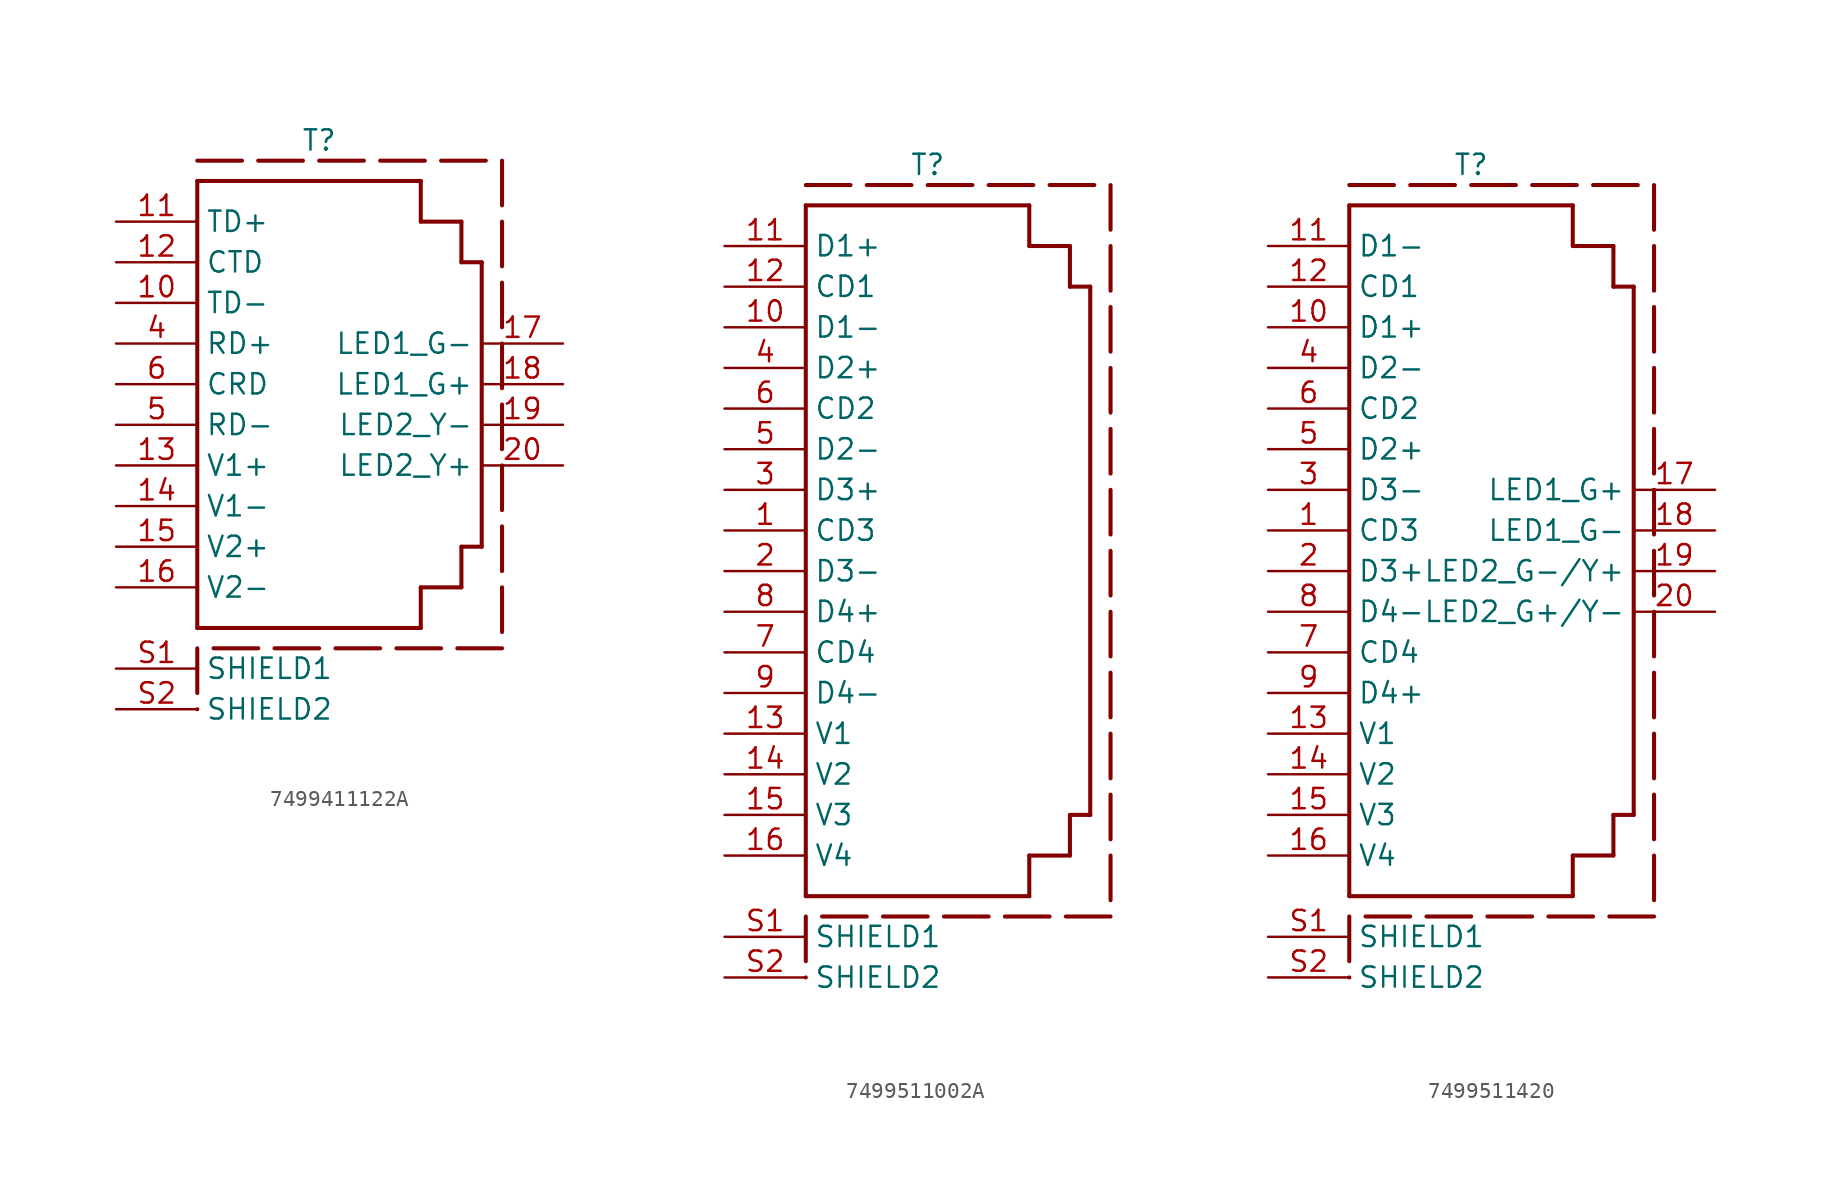
<source format=kicad_sym>
(kicad_symbol_lib
  (version 20220914)
  (generator kicad_symbol_editor)
  (symbol "7499411122A"
    (property "Reference" "T"
      (at 0 17.78 0)
      (effects (font (size 1.27 1.27))))
    (property "Critical Parameter" ""
      (at 0 -5.08 0)
      (effects (font (size 1.27 1.27)) (justify left)))
    (symbol "7499411122A_0_0"
      (polyline (pts (xy -7.62 -12.7) (xy -7.62 15.24)) (stroke (width 0.254) (type default)) (fill (type none)))
      (polyline (pts (xy -7.62 15.24) (xy 6.35 15.24)) (stroke (width 0.254) (type default)) (fill (type none)))
      (polyline (pts (xy 6.35 -12.7) (xy -7.62 -12.7)) (stroke (width 0.254) (type default)) (fill (type none)))
      (polyline (pts (xy 6.35 -12.7) (xy 6.35 -10.16)) (stroke (width 0.254) (type default)) (fill (type none)))
      (polyline (pts (xy 6.35 -10.16) (xy 8.89 -10.16)) (stroke (width 0.254) (type default)) (fill (type none)))
      (polyline (pts (xy 6.35 12.7) (xy 8.89 12.7)) (stroke (width 0.254) (type default)) (fill (type none)))
      (polyline (pts (xy 6.35 15.24) (xy 6.35 12.7)) (stroke (width 0.254) (type default)) (fill (type none)))
      (polyline (pts (xy 8.89 -10.16) (xy 8.89 -7.62)) (stroke (width 0.254) (type default)) (fill (type none)))
      (polyline (pts (xy 8.89 -7.62) (xy 10.16 -7.62)) (stroke (width 0.254) (type default)) (fill (type none)))
      (polyline (pts (xy 8.89 10.16) (xy 10.16 10.16)) (stroke (width 0.254) (type default)) (fill (type none)))
      (polyline (pts (xy 8.89 12.7) (xy 8.89 10.16)) (stroke (width 0.254) (type default)) (fill (type none)))
      (polyline (pts (xy 10.16 10.16) (xy 10.16 -7.62)) (stroke (width 0.254) (type default)) (fill (type none)))
      (pin passive line (at -12.7 7.62 0) (length 5.08) (name "TD-" (effects (font (size 1.27 1.27)))) (number "10" (effects (font (size 1.27 1.27)))))
      (pin passive line (at -12.7 12.7 0) (length 5.08) (name "TD+" (effects (font (size 1.27 1.27)))) (number "11" (effects (font (size 1.27 1.27)))))
      (pin passive line (at -12.7 10.16 0) (length 5.08) (name "CTD" (effects (font (size 1.27 1.27)))) (number "12" (effects (font (size 1.27 1.27)))))
      (pin passive line (at -12.7 -2.54 0) (length 5.08) (name "V1+" (effects (font (size 1.27 1.27)))) (number "13" (effects (font (size 1.27 1.27)))))
      (pin passive line (at -12.7 -5.08 0) (length 5.08) (name "V1-" (effects (font (size 1.27 1.27)))) (number "14" (effects (font (size 1.27 1.27)))))
      (pin passive line (at -12.7 -7.62 0) (length 5.08) (name "V2+" (effects (font (size 1.27 1.27)))) (number "15" (effects (font (size 1.27 1.27)))))
      (pin passive line (at -12.7 -10.16 0) (length 5.08) (name "V2-" (effects (font (size 1.27 1.27)))) (number "16" (effects (font (size 1.27 1.27)))))
      (pin passive line (at -12.7 5.08 0) (length 5.08) (name "RD+" (effects (font (size 1.27 1.27)))) (number "4" (effects (font (size 1.27 1.27)))))
      (pin passive line (at -12.7 0 0) (length 5.08) (name "RD-" (effects (font (size 1.27 1.27)))) (number "5" (effects (font (size 1.27 1.27)))))
      (pin passive line (at -12.7 2.54 0) (length 5.08) (name "CRD" (effects (font (size 1.27 1.27)))) (number "6" (effects (font (size 1.27 1.27)))))
      (pin passive line (at -12.7 -15.24 0) (length 5.08) (name "SHIELD1" (effects (font (size 1.27 1.27)))) (number "S1" (effects (font (size 1.27 1.27)))))
      (pin passive line (at -12.7 -17.78 0) (length 5.08) (name "SHIELD2" (effects (font (size 1.27 1.27)))) (number "S2" (effects (font (size 1.27 1.27))))))
    (symbol "7499411122A_1_0"
      (pin passive line (at 15.24 5.08 180) (length 5.08) (name "LED1_G-" (effects (font (size 1.27 1.27)))) (number "17" (effects (font (size 1.27 1.27)))))
      (pin passive line (at 15.24 2.54 180) (length 5.08) (name "LED1_G+" (effects (font (size 1.27 1.27)))) (number "18" (effects (font (size 1.27 1.27)))))
      (pin passive line (at 15.24 0 180) (length 5.08) (name "LED2_Y-" (effects (font (size 1.27 1.27)))) (number "19" (effects (font (size 1.27 1.27)))))
      (pin passive line (at 15.24 -2.54 180) (length 5.08) (name "LED2_Y+" (effects (font (size 1.27 1.27)))) (number "20" (effects (font (size 1.27 1.27))))))
    (symbol "7499411122A_1_1"
      (polyline (pts (xy -7.62 16.51) (xy 11.43 16.51) (xy 11.43 -13.97) (xy -7.62 -13.97) (xy -7.62 -17.78)) (stroke (width 0.254) (type dash)) (fill (type none)))))
  (symbol "7499511002A"
    (property "Reference" "T"
      (at 0 25.4 0)
      (effects (font (size 1.27 1.27))))
    (property "Critical Parameter" ""
      (at 0 -5.08 0)
      (effects (font (size 1.27 1.27)) (justify left)))
    (symbol "7499511002A_0_0"
      (polyline (pts (xy -7.62 -20.32) (xy -7.62 22.86)) (stroke (width 0.254) (type default)) (fill (type none)))
      (polyline (pts (xy -7.62 22.86) (xy 6.35 22.86)) (stroke (width 0.254) (type default)) (fill (type none)))
      (polyline (pts (xy 6.35 -20.32) (xy -7.62 -20.32)) (stroke (width 0.254) (type default)) (fill (type none)))
      (polyline (pts (xy 6.35 -20.32) (xy 6.35 -17.78)) (stroke (width 0.254) (type default)) (fill (type none)))
      (polyline (pts (xy 6.35 -17.78) (xy 8.89 -17.78)) (stroke (width 0.254) (type default)) (fill (type none)))
      (polyline (pts (xy 6.35 20.32) (xy 8.89 20.32)) (stroke (width 0.254) (type default)) (fill (type none)))
      (polyline (pts (xy 6.35 22.86) (xy 6.35 20.32)) (stroke (width 0.254) (type default)) (fill (type none)))
      (polyline (pts (xy 8.89 -17.78) (xy 8.89 -15.24)) (stroke (width 0.254) (type default)) (fill (type none)))
      (polyline (pts (xy 8.89 -15.24) (xy 10.16 -15.24)) (stroke (width 0.254) (type default)) (fill (type none)))
      (polyline (pts (xy 8.89 17.78) (xy 10.16 17.78)) (stroke (width 0.254) (type default)) (fill (type none)))
      (polyline (pts (xy 8.89 20.32) (xy 8.89 17.78)) (stroke (width 0.254) (type default)) (fill (type none)))
      (polyline (pts (xy 10.16 17.78) (xy 10.16 -15.24)) (stroke (width 0.254) (type default)) (fill (type none)))
      (pin passive line (at -12.7 2.54 0) (length 5.08) (name "CD3" (effects (font (size 1.27 1.27)))) (number "1" (effects (font (size 1.27 1.27)))))
      (pin passive line (at -12.7 15.24 0) (length 5.08) (name "D1-" (effects (font (size 1.27 1.27)))) (number "10" (effects (font (size 1.27 1.27)))))
      (pin passive line (at -12.7 20.32 0) (length 5.08) (name "D1+" (effects (font (size 1.27 1.27)))) (number "11" (effects (font (size 1.27 1.27)))))
      (pin passive line (at -12.7 17.78 0) (length 5.08) (name "CD1" (effects (font (size 1.27 1.27)))) (number "12" (effects (font (size 1.27 1.27)))))
      (pin passive line (at -12.7 -10.16 0) (length 5.08) (name "V1" (effects (font (size 1.27 1.27)))) (number "13" (effects (font (size 1.27 1.27)))))
      (pin passive line (at -12.7 -12.7 0) (length 5.08) (name "V2" (effects (font (size 1.27 1.27)))) (number "14" (effects (font (size 1.27 1.27)))))
      (pin passive line (at -12.7 -15.24 0) (length 5.08) (name "V3" (effects (font (size 1.27 1.27)))) (number "15" (effects (font (size 1.27 1.27)))))
      (pin passive line (at -12.7 -17.78 0) (length 5.08) (name "V4" (effects (font (size 1.27 1.27)))) (number "16" (effects (font (size 1.27 1.27)))))
      (pin passive line (at -12.7 0 0) (length 5.08) (name "D3-" (effects (font (size 1.27 1.27)))) (number "2" (effects (font (size 1.27 1.27)))))
      (pin passive line (at -12.7 5.08 0) (length 5.08) (name "D3+" (effects (font (size 1.27 1.27)))) (number "3" (effects (font (size 1.27 1.27)))))
      (pin passive line (at -12.7 12.7 0) (length 5.08) (name "D2+" (effects (font (size 1.27 1.27)))) (number "4" (effects (font (size 1.27 1.27)))))
      (pin passive line (at -12.7 7.62 0) (length 5.08) (name "D2-" (effects (font (size 1.27 1.27)))) (number "5" (effects (font (size 1.27 1.27)))))
      (pin passive line (at -12.7 10.16 0) (length 5.08) (name "CD2" (effects (font (size 1.27 1.27)))) (number "6" (effects (font (size 1.27 1.27)))))
      (pin passive line (at -12.7 -5.08 0) (length 5.08) (name "CD4" (effects (font (size 1.27 1.27)))) (number "7" (effects (font (size 1.27 1.27)))))
      (pin passive line (at -12.7 -2.54 0) (length 5.08) (name "D4+" (effects (font (size 1.27 1.27)))) (number "8" (effects (font (size 1.27 1.27)))))
      (pin passive line (at -12.7 -7.62 0) (length 5.08) (name "D4-" (effects (font (size 1.27 1.27)))) (number "9" (effects (font (size 1.27 1.27)))))
      (pin passive line (at -12.7 -22.86 0) (length 5.08) (name "SHIELD1" (effects (font (size 1.27 1.27)))) (number "S1" (effects (font (size 1.27 1.27)))))
      (pin passive line (at -12.7 -25.4 0) (length 5.08) (name "SHIELD2" (effects (font (size 1.27 1.27)))) (number "S2" (effects (font (size 1.27 1.27))))))
    (symbol "7499511002A_1_1"
      (polyline (pts (xy -7.62 24.13) (xy 11.43 24.13) (xy 11.43 -21.59) (xy -7.62 -21.59) (xy -7.62 -25.4)) (stroke (width 0.254) (type dash)) (fill (type none)))))
  (symbol "7499511420"
    (property "Reference" "T"
      (at 0 25.4 0)
      (effects (font (size 1.27 1.27))))
    (property "Critical Parameter" ""
      (at 0 -5.08 0)
      (effects (font (size 1.27 1.27)) (justify left)))
    (symbol "7499511420_0_0"
      (polyline (pts (xy -7.62 -20.32) (xy -7.62 22.86)) (stroke (width 0.254) (type default)) (fill (type none)))
      (polyline (pts (xy -7.62 22.86) (xy 6.35 22.86)) (stroke (width 0.254) (type default)) (fill (type none)))
      (polyline (pts (xy 6.35 -20.32) (xy -7.62 -20.32)) (stroke (width 0.254) (type default)) (fill (type none)))
      (polyline (pts (xy 6.35 -20.32) (xy 6.35 -17.78)) (stroke (width 0.254) (type default)) (fill (type none)))
      (polyline (pts (xy 6.35 -17.78) (xy 8.89 -17.78)) (stroke (width 0.254) (type default)) (fill (type none)))
      (polyline (pts (xy 6.35 20.32) (xy 8.89 20.32)) (stroke (width 0.254) (type default)) (fill (type none)))
      (polyline (pts (xy 6.35 22.86) (xy 6.35 20.32)) (stroke (width 0.254) (type default)) (fill (type none)))
      (polyline (pts (xy 8.89 -17.78) (xy 8.89 -15.24)) (stroke (width 0.254) (type default)) (fill (type none)))
      (polyline (pts (xy 8.89 -15.24) (xy 10.16 -15.24)) (stroke (width 0.254) (type default)) (fill (type none)))
      (polyline (pts (xy 8.89 17.78) (xy 10.16 17.78)) (stroke (width 0.254) (type default)) (fill (type none)))
      (polyline (pts (xy 8.89 20.32) (xy 8.89 17.78)) (stroke (width 0.254) (type default)) (fill (type none)))
      (polyline (pts (xy 10.16 17.78) (xy 10.16 -15.24)) (stroke (width 0.254) (type default)) (fill (type none)))
      (pin passive line (at -12.7 2.54 0) (length 5.08) (name "CD3" (effects (font (size 1.27 1.27)))) (number "1" (effects (font (size 1.27 1.27)))))
      (pin passive line (at -12.7 15.24 0) (length 5.08) (name "D1+" (effects (font (size 1.27 1.27)))) (number "10" (effects (font (size 1.27 1.27)))))
      (pin passive line (at -12.7 20.32 0) (length 5.08) (name "D1-" (effects (font (size 1.27 1.27)))) (number "11" (effects (font (size 1.27 1.27)))))
      (pin passive line (at -12.7 17.78 0) (length 5.08) (name "CD1" (effects (font (size 1.27 1.27)))) (number "12" (effects (font (size 1.27 1.27)))))
      (pin passive line (at -12.7 -10.16 0) (length 5.08) (name "V1" (effects (font (size 1.27 1.27)))) (number "13" (effects (font (size 1.27 1.27)))))
      (pin passive line (at -12.7 -12.7 0) (length 5.08) (name "V2" (effects (font (size 1.27 1.27)))) (number "14" (effects (font (size 1.27 1.27)))))
      (pin passive line (at -12.7 -15.24 0) (length 5.08) (name "V3" (effects (font (size 1.27 1.27)))) (number "15" (effects (font (size 1.27 1.27)))))
      (pin passive line (at -12.7 -17.78 0) (length 5.08) (name "V4" (effects (font (size 1.27 1.27)))) (number "16" (effects (font (size 1.27 1.27)))))
      (pin passive line (at -12.7 0 0) (length 5.08) (name "D3+" (effects (font (size 1.27 1.27)))) (number "2" (effects (font (size 1.27 1.27)))))
      (pin passive line (at -12.7 5.08 0) (length 5.08) (name "D3-" (effects (font (size 1.27 1.27)))) (number "3" (effects (font (size 1.27 1.27)))))
      (pin passive line (at -12.7 12.7 0) (length 5.08) (name "D2-" (effects (font (size 1.27 1.27)))) (number "4" (effects (font (size 1.27 1.27)))))
      (pin passive line (at -12.7 7.62 0) (length 5.08) (name "D2+" (effects (font (size 1.27 1.27)))) (number "5" (effects (font (size 1.27 1.27)))))
      (pin passive line (at -12.7 10.16 0) (length 5.08) (name "CD2" (effects (font (size 1.27 1.27)))) (number "6" (effects (font (size 1.27 1.27)))))
      (pin passive line (at -12.7 -5.08 0) (length 5.08) (name "CD4" (effects (font (size 1.27 1.27)))) (number "7" (effects (font (size 1.27 1.27)))))
      (pin passive line (at -12.7 -2.54 0) (length 5.08) (name "D4-" (effects (font (size 1.27 1.27)))) (number "8" (effects (font (size 1.27 1.27)))))
      (pin passive line (at -12.7 -7.62 0) (length 5.08) (name "D4+" (effects (font (size 1.27 1.27)))) (number "9" (effects (font (size 1.27 1.27)))))
      (pin passive line (at -12.7 -22.86 0) (length 5.08) (name "SHIELD1" (effects (font (size 1.27 1.27)))) (number "S1" (effects (font (size 1.27 1.27)))))
      (pin passive line (at -12.7 -25.4 0) (length 5.08) (name "SHIELD2" (effects (font (size 1.27 1.27)))) (number "S2" (effects (font (size 1.27 1.27))))))
    (symbol "7499511420_1_0"
      (pin passive line (at 15.24 5.08 180) (length 5.08) (name "LED1_G+" (effects (font (size 1.27 1.27)))) (number "17" (effects (font (size 1.27 1.27)))))
      (pin passive line (at 15.24 2.54 180) (length 5.08) (name "LED1_G-" (effects (font (size 1.27 1.27)))) (number "18" (effects (font (size 1.27 1.27)))))
      (pin passive line (at 15.24 0 180) (length 5.08) (name "LED2_G-/Y+" (effects (font (size 1.27 1.27)))) (number "19" (effects (font (size 1.27 1.27)))))
      (pin passive line (at 15.24 -2.54 180) (length 5.08) (name "LED2_G+/Y-" (effects (font (size 1.27 1.27)))) (number "20" (effects (font (size 1.27 1.27))))))
    (symbol "7499511420_1_1"
      (polyline (pts (xy -7.62 24.13) (xy 11.43 24.13) (xy 11.43 -21.59) (xy -7.62 -21.59) (xy -7.62 -25.4)) (stroke (width 0.254) (type dash)) (fill (type none))))))
</source>
